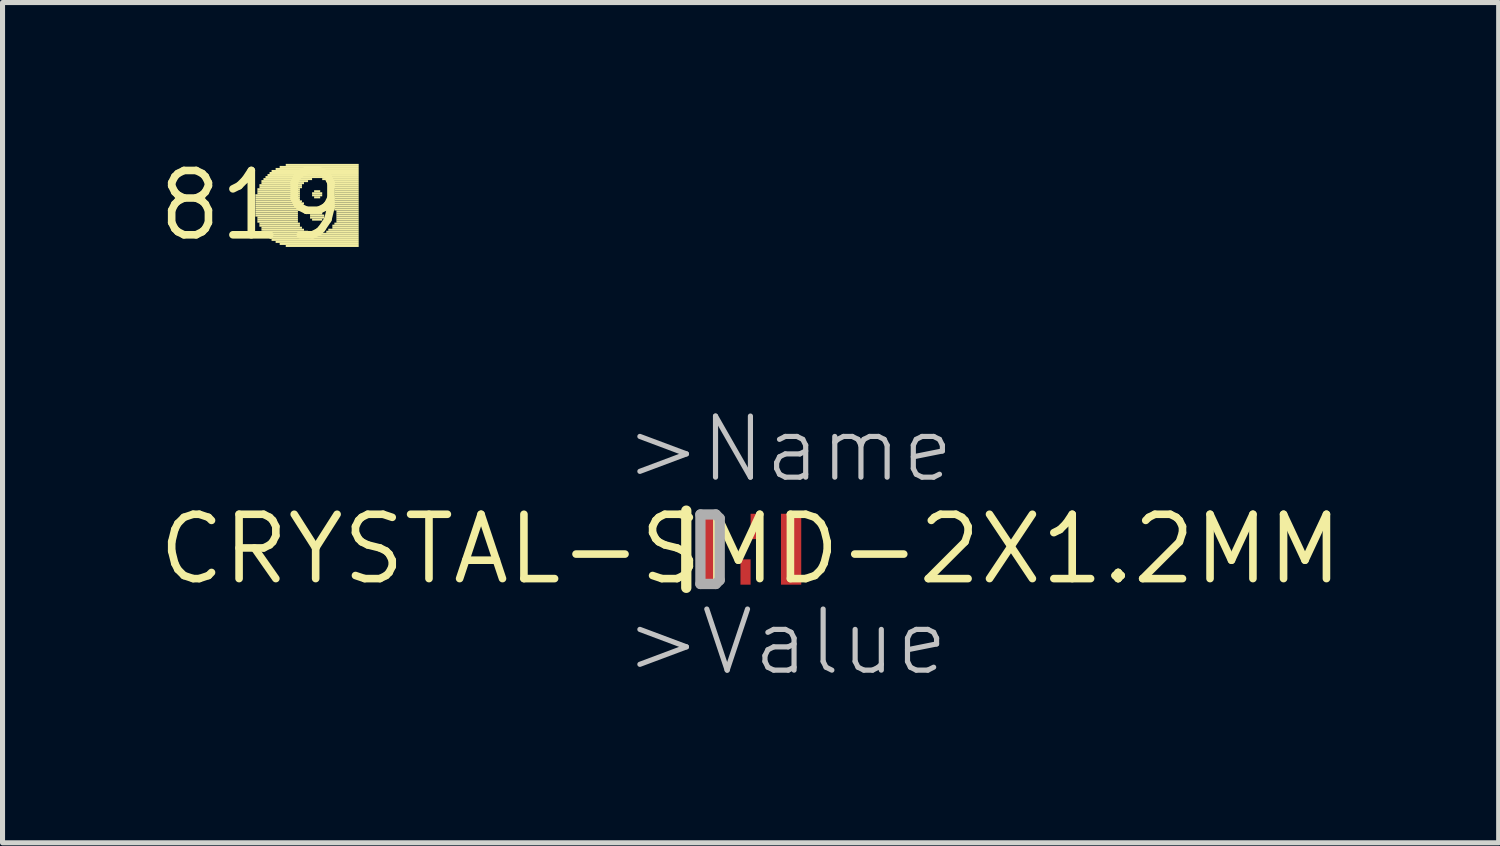
<source format=kicad_pcb>
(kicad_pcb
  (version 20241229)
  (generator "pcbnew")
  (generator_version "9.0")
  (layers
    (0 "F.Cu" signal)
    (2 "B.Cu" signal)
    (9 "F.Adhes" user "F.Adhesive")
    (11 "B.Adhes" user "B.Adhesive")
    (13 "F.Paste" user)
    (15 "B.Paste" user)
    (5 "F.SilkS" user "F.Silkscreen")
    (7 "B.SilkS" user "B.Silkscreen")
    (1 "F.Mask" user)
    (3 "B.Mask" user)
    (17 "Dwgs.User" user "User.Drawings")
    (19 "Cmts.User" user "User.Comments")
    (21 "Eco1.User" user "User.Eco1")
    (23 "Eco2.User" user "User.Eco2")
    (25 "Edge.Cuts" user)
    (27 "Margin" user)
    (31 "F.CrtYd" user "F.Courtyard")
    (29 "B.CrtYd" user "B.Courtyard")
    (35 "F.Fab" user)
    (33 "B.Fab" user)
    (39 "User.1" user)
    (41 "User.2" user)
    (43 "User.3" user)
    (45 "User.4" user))
  (footprint "819"
    (layer "F.Cu")
    (at 1.912 1.006)
    (property "Reference" "819" (at 0 0 0) (layer "F.SilkS") (effects (font (size 1.27 1.27) (thickness 0.15))))
    (attr through_hole)
    (fp_poly (pts (xy 0.08 -0.18) (xy 0.96 -0.18) (xy 0.96 -0.22) (xy 0.08 -0.22)) (stroke (width 0) (type solid)) (fill yes) (layer "F.SilkS"))
    (fp_poly (pts (xy 0.08 -0.14) (xy 0.96 -0.14) (xy 0.96 -0.18) (xy 0.08 -0.18)) (stroke (width 0) (type solid)) (fill yes) (layer "F.SilkS"))
    (fp_poly (pts (xy 0.08 -0.1) (xy 0.96 -0.1) (xy 0.96 -0.14) (xy 0.08 -0.14)) (stroke (width 0) (type solid)) (fill yes) (layer "F.SilkS"))
    (fp_poly (pts (xy 0.08 -0.06) (xy 1 -0.06) (xy 1 -0.1) (xy 0.08 -0.1)) (stroke (width 0) (type solid)) (fill yes) (layer "F.SilkS"))
    (fp_poly (pts (xy 0.08 -0.02) (xy 1.04 -0.02) (xy 1.04 -0.06) (xy 0.08 -0.06)) (stroke (width 0) (type solid)) (fill yes) (layer "F.SilkS"))
    (fp_poly (pts (xy 0.08 0.02) (xy 1 0.02) (xy 1 -0.02) (xy 0.08 -0.02)) (stroke (width 0) (type solid)) (fill yes) (layer "F.SilkS"))
    (fp_poly (pts (xy 0.08 0.06) (xy 0.96 0.06) (xy 0.96 0.02) (xy 0.08 0.02)) (stroke (width 0) (type solid)) (fill yes) (layer "F.SilkS"))
    (fp_poly (pts (xy 0.08 0.1) (xy 0.96 0.1) (xy 0.96 0.06) (xy 0.08 0.06)) (stroke (width 0) (type solid)) (fill yes) (layer "F.SilkS"))
    (fp_poly (pts (xy 0.08 0.14) (xy 0.92 0.14) (xy 0.92 0.1) (xy 0.08 0.1)) (stroke (width 0) (type solid)) (fill yes) (layer "F.SilkS"))
    (fp_poly (pts (xy 0.08 0.18) (xy 0.92 0.18) (xy 0.92 0.14) (xy 0.08 0.14)) (stroke (width 0) (type solid)) (fill yes) (layer "F.SilkS"))
    (fp_poly (pts (xy 0.08 0.22) (xy 0.92 0.22) (xy 0.92 0.18) (xy 0.08 0.18)) (stroke (width 0) (type solid)) (fill yes) (layer "F.SilkS"))
    (fp_poly (pts (xy 0.12 -0.3) (xy 0.96 -0.3) (xy 0.96 -0.34) (xy 0.12 -0.34)) (stroke (width 0) (type solid)) (fill yes) (layer "F.SilkS"))
    (fp_poly (pts (xy 0.12 -0.26) (xy 0.96 -0.26) (xy 0.96 -0.3) (xy 0.12 -0.3)) (stroke (width 0) (type solid)) (fill yes) (layer "F.SilkS"))
    (fp_poly (pts (xy 0.12 -0.22) (xy 0.96 -0.22) (xy 0.96 -0.26) (xy 0.12 -0.26)) (stroke (width 0) (type solid)) (fill yes) (layer "F.SilkS"))
    (fp_poly (pts (xy 0.12 0.26) (xy 0.92 0.26) (xy 0.92 0.22) (xy 0.12 0.22)) (stroke (width 0) (type solid)) (fill yes) (layer "F.SilkS"))
    (fp_poly (pts (xy 0.12 0.3) (xy 0.92 0.3) (xy 0.92 0.26) (xy 0.12 0.26)) (stroke (width 0) (type solid)) (fill yes) (layer "F.SilkS"))
    (fp_poly (pts (xy 0.12 0.34) (xy 0.92 0.34) (xy 0.92 0.3) (xy 0.12 0.3)) (stroke (width 0) (type solid)) (fill yes) (layer "F.SilkS"))
    (fp_poly (pts (xy 0.16 -0.38) (xy 1 -0.38) (xy 1 -0.42) (xy 0.16 -0.42)) (stroke (width 0) (type solid)) (fill yes) (layer "F.SilkS"))
    (fp_poly (pts (xy 0.16 -0.34) (xy 1 -0.34) (xy 1 -0.38) (xy 0.16 -0.38)) (stroke (width 0) (type solid)) (fill yes) (layer "F.SilkS"))
    (fp_poly (pts (xy 0.16 0.38) (xy 0.96 0.38) (xy 0.96 0.34) (xy 0.16 0.34)) (stroke (width 0) (type solid)) (fill yes) (layer "F.SilkS"))
    (fp_poly (pts (xy 0.16 0.42) (xy 0.96 0.42) (xy 0.96 0.38) (xy 0.16 0.38)) (stroke (width 0) (type solid)) (fill yes) (layer "F.SilkS"))
    (fp_poly (pts (xy 0.2 -0.46) (xy 1.12 -0.46) (xy 1.12 -0.5) (xy 0.2 -0.5)) (stroke (width 0) (type solid)) (fill yes) (layer "F.SilkS"))
    (fp_poly (pts (xy 0.2 -0.42) (xy 1.04 -0.42) (xy 1.04 -0.46) (xy 0.2 -0.46)) (stroke (width 0) (type solid)) (fill yes) (layer "F.SilkS"))
    (fp_poly (pts (xy 0.2 0.46) (xy 1 0.46) (xy 1 0.42) (xy 0.2 0.42)) (stroke (width 0) (type solid)) (fill yes) (layer "F.SilkS"))
    (fp_poly (pts (xy 0.2 0.5) (xy 1.04 0.5) (xy 1.04 0.46) (xy 0.2 0.46)) (stroke (width 0) (type solid)) (fill yes) (layer "F.SilkS"))
    (fp_poly (pts (xy 0.24 -0.5) (xy 1.2 -0.5) (xy 1.2 -0.54) (xy 0.24 -0.54)) (stroke (width 0) (type solid)) (fill yes) (layer "F.SilkS"))
    (fp_poly (pts (xy 0.24 0.54) (xy 1.12 0.54) (xy 1.12 0.5) (xy 0.24 0.5)) (stroke (width 0) (type solid)) (fill yes) (layer "F.SilkS"))
    (fp_poly (pts (xy 0.28 -0.54) (xy 2.12 -0.54) (xy 2.12 -0.58) (xy 0.28 -0.58)) (stroke (width 0) (type solid)) (fill yes) (layer "F.SilkS"))
    (fp_poly (pts (xy 0.28 0.58) (xy 2.12 0.58) (xy 2.12 0.54) (xy 0.28 0.54)) (stroke (width 0) (type solid)) (fill yes) (layer "F.SilkS"))
    (fp_poly (pts (xy 0.32 -0.58) (xy 2.12 -0.58) (xy 2.12 -0.62) (xy 0.32 -0.62)) (stroke (width 0) (type solid)) (fill yes) (layer "F.SilkS"))
    (fp_poly (pts (xy 0.32 0.62) (xy 2.12 0.62) (xy 2.12 0.58) (xy 0.32 0.58)) (stroke (width 0) (type solid)) (fill yes) (layer "F.SilkS"))
    (fp_poly (pts (xy 0.36 -0.62) (xy 2.12 -0.62) (xy 2.12 -0.66) (xy 0.36 -0.66)) (stroke (width 0) (type solid)) (fill yes) (layer "F.SilkS"))
    (fp_poly (pts (xy 0.36 0.66) (xy 2.12 0.66) (xy 2.12 0.62) (xy 0.36 0.62)) (stroke (width 0) (type solid)) (fill yes) (layer "F.SilkS"))
    (fp_poly (pts (xy 0.4 -0.66) (xy 2.12 -0.66) (xy 2.12 -0.7) (xy 0.4 -0.7)) (stroke (width 0) (type solid)) (fill yes) (layer "F.SilkS"))
    (fp_poly (pts (xy 0.4 0.7) (xy 2.12 0.7) (xy 2.12 0.66) (xy 0.4 0.66)) (stroke (width 0) (type solid)) (fill yes) (layer "F.SilkS"))
    (fp_poly (pts (xy 0.48 -0.7) (xy 2.12 -0.7) (xy 2.12 -0.74) (xy 0.48 -0.74)) (stroke (width 0) (type solid)) (fill yes) (layer "F.SilkS"))
    (fp_poly (pts (xy 0.48 0.74) (xy 2.12 0.74) (xy 2.12 0.7) (xy 0.48 0.7)) (stroke (width 0) (type solid)) (fill yes) (layer "F.SilkS"))
    (fp_poly (pts (xy 0.56 -0.74) (xy 2.12 -0.74) (xy 2.12 -0.78) (xy 0.56 -0.78)) (stroke (width 0) (type solid)) (fill yes) (layer "F.SilkS"))
    (fp_poly (pts (xy 0.56 0.78) (xy 2.12 0.78) (xy 2.12 0.74) (xy 0.56 0.74)) (stroke (width 0) (type solid)) (fill yes) (layer "F.SilkS"))
    (fp_poly (pts (xy 0.68 -0.78) (xy 2.12 -0.78) (xy 2.12 -0.82) (xy 0.68 -0.82)) (stroke (width 0) (type solid)) (fill yes) (layer "F.SilkS"))
    (fp_poly (pts (xy 0.68 0.82) (xy 2.12 0.82) (xy 2.12 0.78) (xy 0.68 0.78)) (stroke (width 0) (type solid)) (fill yes) (layer "F.SilkS"))
    (fp_poly (pts (xy 1.16 0.18) (xy 1.4 0.18) (xy 1.4 0.14) (xy 1.16 0.14)) (stroke (width 0) (type solid)) (fill yes) (layer "F.SilkS"))
    (fp_poly (pts (xy 1.16 0.22) (xy 1.44 0.22) (xy 1.44 0.18) (xy 1.16 0.18)) (stroke (width 0) (type solid)) (fill yes) (layer "F.SilkS"))
    (fp_poly (pts (xy 1.16 0.26) (xy 1.44 0.26) (xy 1.44 0.22) (xy 1.16 0.22)) (stroke (width 0) (type solid)) (fill yes) (layer "F.SilkS"))
    (fp_poly (pts (xy 1.2 -0.22) (xy 1.4 -0.22) (xy 1.4 -0.26) (xy 1.2 -0.26)) (stroke (width 0) (type solid)) (fill yes) (layer "F.SilkS"))
    (fp_poly (pts (xy 1.2 -0.18) (xy 1.4 -0.18) (xy 1.4 -0.22) (xy 1.2 -0.22)) (stroke (width 0) (type solid)) (fill yes) (layer "F.SilkS"))
    (fp_poly (pts (xy 1.2 0.14) (xy 1.4 0.14) (xy 1.4 0.1) (xy 1.2 0.1)) (stroke (width 0) (type solid)) (fill yes) (layer "F.SilkS"))
    (fp_poly (pts (xy 1.2 0.3) (xy 1.4 0.3) (xy 1.4 0.26) (xy 1.2 0.26)) (stroke (width 0) (type solid)) (fill yes) (layer "F.SilkS"))
    (fp_poly (pts (xy 1.24 -0.26) (xy 1.36 -0.26) (xy 1.36 -0.3) (xy 1.24 -0.3)) (stroke (width 0) (type solid)) (fill yes) (layer "F.SilkS"))
    (fp_poly (pts (xy 1.24 -0.14) (xy 1.36 -0.14) (xy 1.36 -0.18) (xy 1.24 -0.18)) (stroke (width 0) (type solid)) (fill yes) (layer "F.SilkS"))
    (fp_poly (pts (xy 1.4 -0.5) (xy 2.12 -0.5) (xy 2.12 -0.54) (xy 1.4 -0.54)) (stroke (width 0) (type solid)) (fill yes) (layer "F.SilkS"))
    (fp_poly (pts (xy 1.48 -0.46) (xy 2.12 -0.46) (xy 2.12 -0.5) (xy 1.48 -0.5)) (stroke (width 0) (type solid)) (fill yes) (layer "F.SilkS"))
    (fp_poly (pts (xy 1.48 0.54) (xy 2.12 0.54) (xy 2.12 0.5) (xy 1.48 0.5)) (stroke (width 0) (type solid)) (fill yes) (layer "F.SilkS"))
    (fp_poly (pts (xy 1.52 0.5) (xy 2.12 0.5) (xy 2.12 0.46) (xy 1.52 0.46)) (stroke (width 0) (type solid)) (fill yes) (layer "F.SilkS"))
    (fp_poly (pts (xy 1.56 -0.42) (xy 2.12 -0.42) (xy 2.12 -0.46) (xy 1.56 -0.46)) (stroke (width 0) (type solid)) (fill yes) (layer "F.SilkS"))
    (fp_poly (pts (xy 1.56 -0.02) (xy 2.12 -0.02) (xy 2.12 -0.06) (xy 1.56 -0.06)) (stroke (width 0) (type solid)) (fill yes) (layer "F.SilkS"))
    (fp_poly (pts (xy 1.6 -0.38) (xy 2.12 -0.38) (xy 2.12 -0.42) (xy 1.6 -0.42)) (stroke (width 0) (type solid)) (fill yes) (layer "F.SilkS"))
    (fp_poly (pts (xy 1.6 -0.34) (xy 2.12 -0.34) (xy 2.12 -0.38) (xy 1.6 -0.38)) (stroke (width 0) (type solid)) (fill yes) (layer "F.SilkS"))
    (fp_poly (pts (xy 1.6 -0.06) (xy 2.12 -0.06) (xy 2.12 -0.1) (xy 1.6 -0.1)) (stroke (width 0) (type solid)) (fill yes) (layer "F.SilkS"))
    (fp_poly (pts (xy 1.6 0.02) (xy 2.12 0.02) (xy 2.12 -0.02) (xy 1.6 -0.02)) (stroke (width 0) (type solid)) (fill yes) (layer "F.SilkS"))
    (fp_poly (pts (xy 1.6 0.42) (xy 2.12 0.42) (xy 2.12 0.38) (xy 1.6 0.38)) (stroke (width 0) (type solid)) (fill yes) (layer "F.SilkS"))
    (fp_poly (pts (xy 1.6 0.46) (xy 2.12 0.46) (xy 2.12 0.42) (xy 1.6 0.42)) (stroke (width 0) (type solid)) (fill yes) (layer "F.SilkS"))
    (fp_poly (pts (xy 1.64 -0.3) (xy 2.12 -0.3) (xy 2.12 -0.34) (xy 1.64 -0.34)) (stroke (width 0) (type solid)) (fill yes) (layer "F.SilkS"))
    (fp_poly (pts (xy 1.64 -0.26) (xy 2.12 -0.26) (xy 2.12 -0.3) (xy 1.64 -0.3)) (stroke (width 0) (type solid)) (fill yes) (layer "F.SilkS"))
    (fp_poly (pts (xy 1.64 -0.22) (xy 2.12 -0.22) (xy 2.12 -0.26) (xy 1.64 -0.26)) (stroke (width 0) (type solid)) (fill yes) (layer "F.SilkS"))
    (fp_poly (pts (xy 1.64 -0.18) (xy 2.12 -0.18) (xy 2.12 -0.22) (xy 1.64 -0.22)) (stroke (width 0) (type solid)) (fill yes) (layer "F.SilkS"))
    (fp_poly (pts (xy 1.64 -0.14) (xy 2.12 -0.14) (xy 2.12 -0.18) (xy 1.64 -0.18)) (stroke (width 0) (type solid)) (fill yes) (layer "F.SilkS"))
    (fp_poly (pts (xy 1.64 -0.1) (xy 2.12 -0.1) (xy 2.12 -0.14) (xy 1.64 -0.14)) (stroke (width 0) (type solid)) (fill yes) (layer "F.SilkS"))
    (fp_poly (pts (xy 1.64 0.06) (xy 2.12 0.06) (xy 2.12 0.02) (xy 1.64 0.02)) (stroke (width 0) (type solid)) (fill yes) (layer "F.SilkS"))
    (fp_poly (pts (xy 1.64 0.1) (xy 2.12 0.1) (xy 2.12 0.06) (xy 1.64 0.06)) (stroke (width 0) (type solid)) (fill yes) (layer "F.SilkS"))
    (fp_poly (pts (xy 1.64 0.38) (xy 2.12 0.38) (xy 2.12 0.34) (xy 1.64 0.34)) (stroke (width 0) (type solid)) (fill yes) (layer "F.SilkS"))
    (fp_poly (pts (xy 1.68 0.14) (xy 2.12 0.14) (xy 2.12 0.1) (xy 1.68 0.1)) (stroke (width 0) (type solid)) (fill yes) (layer "F.SilkS"))
    (fp_poly (pts (xy 1.68 0.18) (xy 2.12 0.18) (xy 2.12 0.14) (xy 1.68 0.14)) (stroke (width 0) (type solid)) (fill yes) (layer "F.SilkS"))
    (fp_poly (pts (xy 1.68 0.22) (xy 2.12 0.22) (xy 2.12 0.18) (xy 1.68 0.18)) (stroke (width 0) (type solid)) (fill yes) (layer "F.SilkS"))
    (fp_poly (pts (xy 1.68 0.26) (xy 2.12 0.26) (xy 2.12 0.22) (xy 1.68 0.22)) (stroke (width 0) (type solid)) (fill yes) (layer "F.SilkS"))
    (fp_poly (pts (xy 1.68 0.3) (xy 2.12 0.3) (xy 2.12 0.26) (xy 1.68 0.26)) (stroke (width 0) (type solid)) (fill yes) (layer "F.SilkS"))
    (fp_poly (pts (xy 1.68 0.34) (xy 2.12 0.34) (xy 2.12 0.3) (xy 1.68 0.3)) (stroke (width 0) (type solid)) (fill yes) (layer "F.SilkS")))
  (footprint "CRYSTAL-SMD-2X1.2MM"
    (layer "F.Cu")
    (at 11.77 7.794)
    (property "Reference" "CRYSTAL-SMD-2X1.2MM" (at 0 0 0) (layer "F.SilkS") (effects (font (size 1.27 1.27) (thickness 0.15))))
    (attr through_hole)
    (fp_line (start -1.27 -0.762) (end -1.27 0.762) (stroke (width 0.203) (type solid)) (layer "F.SilkS"))
    (fp_line (start -0.991 -0.686) (end -0.686 -0.686) (stroke (width 0.203) (type solid)) (layer "F.Fab"))
    (fp_line (start -0.991 0.686) (end -0.991 -0.686) (stroke (width 0.203) (type solid)) (layer "F.Fab"))
    (fp_line (start -0.686 -0.686) (end -0.61 -0.61) (stroke (width 0.203) (type solid)) (layer "F.Fab"))
    (fp_line (start -0.686 0.686) (end -0.991 0.686) (stroke (width 0.203) (type solid)) (layer "F.Fab"))
    (fp_line (start -0.61 -0.61) (end -0.61 0.61) (stroke (width 0.203) (type solid)) (layer "F.Fab"))
    (fp_line (start -0.61 0.61) (end -0.686 0.686) (stroke (width 0.203) (type solid)) (layer "F.Fab"))
    (fp_text user ">Name" (at -2.54 -1.27 0) (layer "Dwgs.User") (effects (font (size 1.206 1.206) (thickness 0.102)) (justify left bottom)))
    (fp_text user ">Value" (at -2.54 2.54 0) (layer "Dwgs.User") (effects (font (size 1.206 1.206) (thickness 0.102)) (justify left bottom)))
    (pad "1" smd rect (at -0.8 0 90) (size 1.4 0.4) (layers "F.Cu" "F.Mask" "F.Paste"))
    (pad "2" smd rect (at -0.1 0.45 90) (size 0.5 0.2) (layers "F.Cu" "F.Mask" "F.Paste"))
    (pad "3" smd rect (at 0.8 0 90) (size 1.4 0.4) (layers "F.Cu" "F.Mask" "F.Paste"))
    (pad "4" smd rect (at 0.1 -0.45 90) (size 0.5 0.2) (layers "F.Cu" "F.Mask" "F.Paste")))
  (gr_rect
    (start -3 -3)
    (end 26.54 13.591)
    (stroke (width 0.1) (type default))
    (fill no)
    (layer "Edge.Cuts")))
</source>
